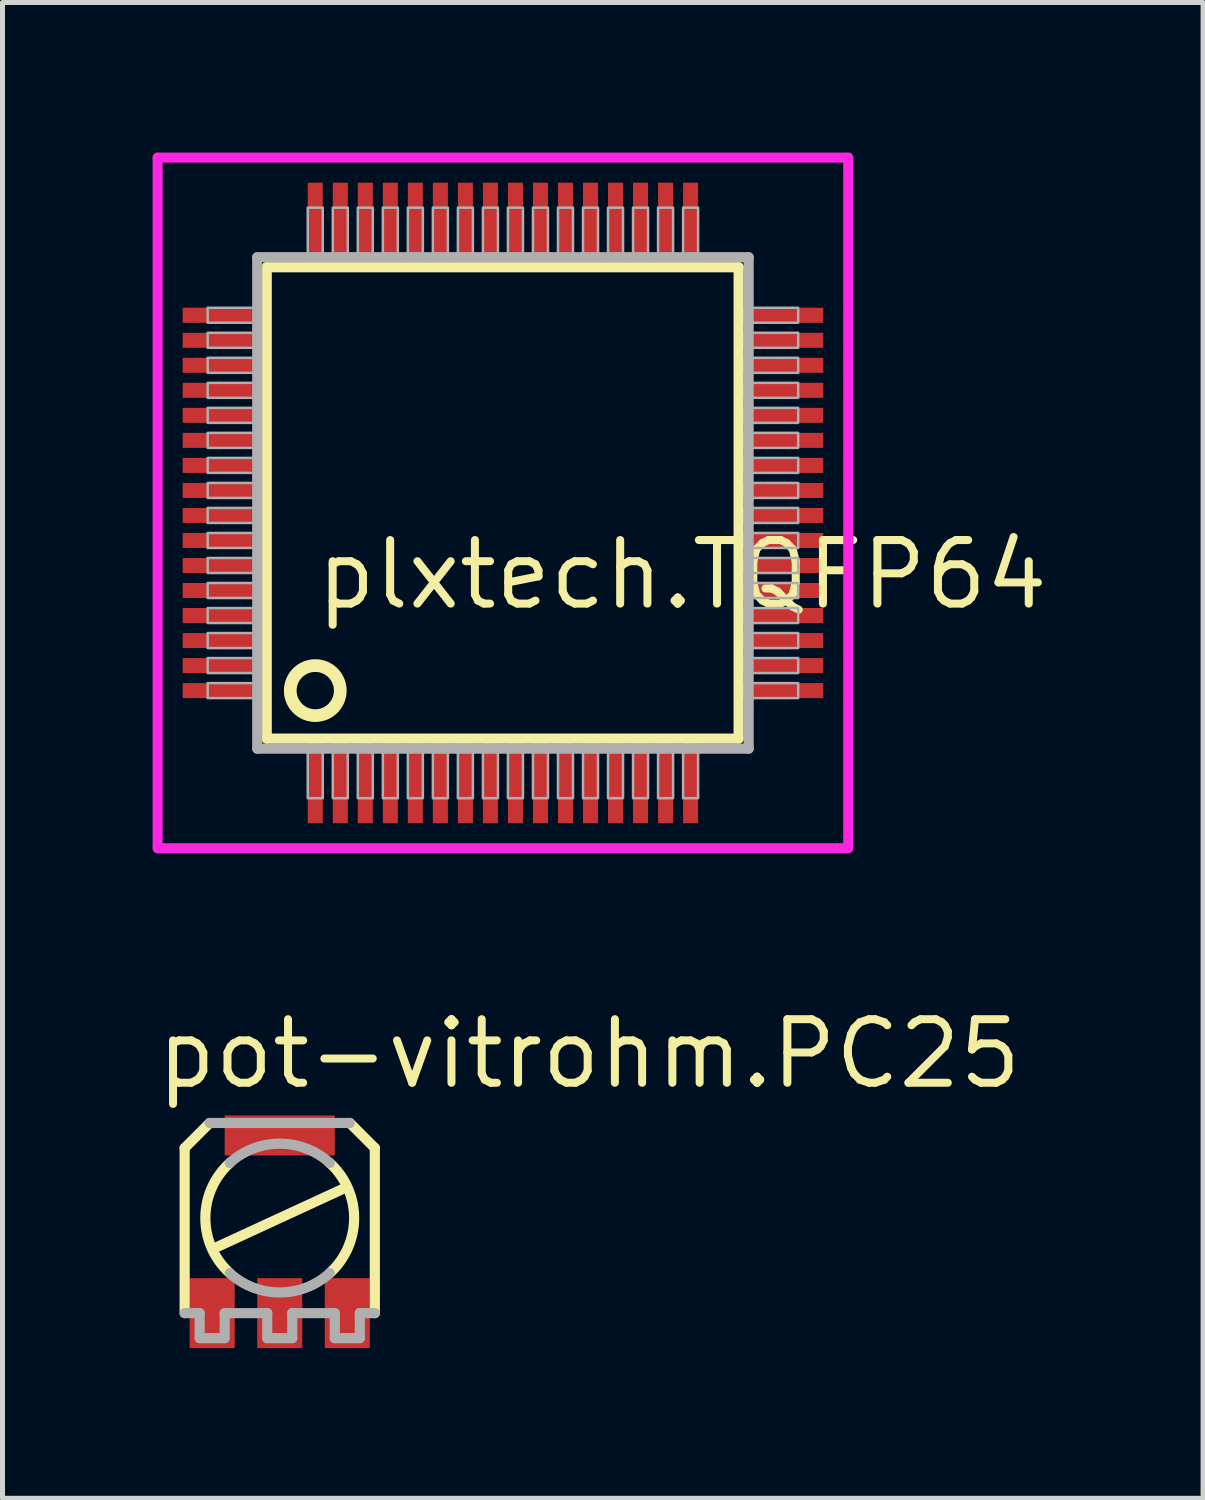
<source format=kicad_pcb>
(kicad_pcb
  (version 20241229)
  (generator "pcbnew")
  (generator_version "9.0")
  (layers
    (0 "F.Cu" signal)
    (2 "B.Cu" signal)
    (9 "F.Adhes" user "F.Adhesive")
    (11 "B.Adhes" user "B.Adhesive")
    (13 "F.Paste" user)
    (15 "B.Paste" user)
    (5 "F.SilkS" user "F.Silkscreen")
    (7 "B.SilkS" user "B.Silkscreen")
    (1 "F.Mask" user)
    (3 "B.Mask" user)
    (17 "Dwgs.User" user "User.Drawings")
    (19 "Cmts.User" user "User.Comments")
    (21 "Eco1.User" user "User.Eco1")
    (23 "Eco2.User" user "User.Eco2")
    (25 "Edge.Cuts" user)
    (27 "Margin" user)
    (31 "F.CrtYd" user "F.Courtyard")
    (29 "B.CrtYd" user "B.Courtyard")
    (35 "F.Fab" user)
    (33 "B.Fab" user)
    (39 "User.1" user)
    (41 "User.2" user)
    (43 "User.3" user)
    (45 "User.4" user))
  (footprint "pot-vitrohm.PC25"
    (layer "F.Cu")
    (at 2.54 21.29)
    (property "Reference" "pot-vitrohm.PC25" (at -2.54 -2.54 0) (layer "F.SilkS") (effects (font (size 1.27 1.27) (thickness 0.16)) (justify left bottom)))
    (attr smd)
    (fp_line (start -1.9 -1.4) (end -1.9 1.9) (stroke (width 0.203) (type default)) (layer "F.SilkS"))
    (fp_line (start -1.4 -1.9) (end -1.9 -1.4) (stroke (width 0.203) (type default)) (layer "F.SilkS"))
    (fp_line (start -1.3 0.6) (end 1.3 -0.6) (stroke (width 0.203) (type default)) (layer "F.SilkS"))
    (fp_line (start 1.4 -1.9) (end 1.9 -1.4) (stroke (width 0.203) (type default)) (layer "F.SilkS"))
    (fp_line (start 1.9 1.9) (end 1.9 -1.4) (stroke (width 0.203) (type default)) (layer "F.SilkS"))
    (fp_arc (start -1 1.1) (mid -1.486607 0) (end -1 -1.1) (stroke (width 0.2032) (type default)) (layer "F.SilkS"))
    (fp_arc (start 1 -1.1) (mid 1.486607 0) (end 1 1.1) (stroke (width 0.2032) (type default)) (layer "F.SilkS"))
    (fp_line (start -1.9 1.9) (end -1.6 1.9) (stroke (width 0.203) (type default)) (layer "F.Fab"))
    (fp_line (start -1.6 1.9) (end -1.6 2.4) (stroke (width 0.203) (type default)) (layer "F.Fab"))
    (fp_line (start -1.6 2.4) (end -1.1 2.4) (stroke (width 0.203) (type default)) (layer "F.Fab"))
    (fp_line (start -1.1 1.9) (end -1.1 2.4) (stroke (width 0.203) (type default)) (layer "F.Fab"))
    (fp_line (start -1.1 1.9) (end -0.25 1.9) (stroke (width 0.203) (type default)) (layer "F.Fab"))
    (fp_line (start -0.25 1.9) (end -0.25 2.4) (stroke (width 0.203) (type default)) (layer "F.Fab"))
    (fp_line (start -0.25 2.4) (end 0.25 2.4) (stroke (width 0.203) (type default)) (layer "F.Fab"))
    (fp_line (start 0.25 1.9) (end 0.25 2.4) (stroke (width 0.203) (type default)) (layer "F.Fab"))
    (fp_line (start 0.25 1.9) (end 1.1 1.9) (stroke (width 0.203) (type default)) (layer "F.Fab"))
    (fp_line (start 1.1 1.9) (end 1.1 2.4) (stroke (width 0.203) (type default)) (layer "F.Fab"))
    (fp_line (start 1.1 2.4) (end 1.6 2.4) (stroke (width 0.203) (type default)) (layer "F.Fab"))
    (fp_line (start 1.4 -1.9) (end -1.4 -1.9) (stroke (width 0.203) (type default)) (layer "F.Fab"))
    (fp_line (start 1.6 1.9) (end 1.6 2.4) (stroke (width 0.203) (type default)) (layer "F.Fab"))
    (fp_line (start 1.6 1.9) (end 1.9 1.9) (stroke (width 0.203) (type default)) (layer "F.Fab"))
    (fp_arc (start -1 -1.1) (mid 0 -1.486607) (end 1 -1.1) (stroke (width 0.2032) (type default)) (layer "F.Fab"))
    (fp_arc (start 1 1.1) (mid 0 1.486607) (end -1 1.1) (stroke (width 0.2032) (type default)) (layer "F.Fab"))
    (pad "4" smd roundrect (at 0 -1.65) (size 2.2 0.8) (layers "F.Cu" "F.Mask" "F.Paste") (roundrect_rratio 0.01))
    (pad "A" smd roundrect (at -1.35 1.9) (size 0.9 1.4) (layers "F.Cu" "F.Mask" "F.Paste") (roundrect_rratio 0.01))
    (pad "E" smd roundrect (at 1.35 1.9) (size 0.9 1.4) (layers "F.Cu" "F.Mask" "F.Paste") (roundrect_rratio 0.01))
    (pad "S" smd roundrect (at 0 1.9) (size 0.9 1.4) (layers "F.Cu" "F.Mask" "F.Paste") (roundrect_rratio 0.01)))
  (footprint "plxtech.TQFP64"
    (layer "F.Cu")
    (at 7 7)
    (property "Reference" "plxtech.TQFP64" (at -3.81 2.175 0) (layer "F.SilkS") (effects (font (size 1.27 1.27) (thickness 0.16)) (justify left bottom)))
    (attr smd)
    (fp_line (start -4.72 -4.71) (end 4.71 -4.71) (stroke (width 0.203) (type default)) (layer "F.SilkS"))
    (fp_line (start -4.72 4.71) (end -4.72 -4.71) (stroke (width 0.203) (type default)) (layer "F.SilkS"))
    (fp_line (start 4.71 -4.71) (end 4.71 4.71) (stroke (width 0.203) (type default)) (layer "F.SilkS"))
    (fp_line (start 4.71 4.71) (end -4.72 4.71) (stroke (width 0.203) (type default)) (layer "F.SilkS"))
    (fp_circle (center -3.75 3.75) (end -3.25 3.75) (stroke (width 0.254) (type default)) (fill no) (layer "F.SilkS"))
    (fp_line (start -6.9 -6.9) (end 6.9 -6.9) (stroke (width 0.2) (type default)) (layer "F.CrtYd"))
    (fp_line (start -6.9 6.9) (end -6.9 -6.9) (stroke (width 0.2) (type default)) (layer "F.CrtYd"))
    (fp_line (start 6.9 -6.9) (end 6.9 6.9) (stroke (width 0.2) (type default)) (layer "F.CrtYd"))
    (fp_line (start 6.9 6.9) (end -6.9 6.9) (stroke (width 0.2) (type default)) (layer "F.CrtYd"))
    (fp_line (start -4.91 -4.91) (end -4.91 4.91) (stroke (width 0.203) (type default)) (layer "F.Fab"))
    (fp_line (start -4.91 4.91) (end 4.91 4.91) (stroke (width 0.203) (type default)) (layer "F.Fab"))
    (fp_line (start 4.91 -4.91) (end -4.91 -4.91) (stroke (width 0.203) (type default)) (layer "F.Fab"))
    (fp_line (start 4.91 4.91) (end 4.91 -4.91) (stroke (width 0.203) (type default)) (layer "F.Fab"))
    (fp_rect (start -5.9 -3.6) (end -4.95 -3.9) (stroke (width 0.05) (type default)) (fill no) (layer "F.Fab"))
    (fp_rect (start -5.9 -3.1) (end -4.95 -3.4) (stroke (width 0.05) (type default)) (fill no) (layer "F.Fab"))
    (fp_rect (start -5.9 -2.6) (end -4.95 -2.9) (stroke (width 0.05) (type default)) (fill no) (layer "F.Fab"))
    (fp_rect (start -5.9 -2.1) (end -4.95 -2.4) (stroke (width 0.05) (type default)) (fill no) (layer "F.Fab"))
    (fp_rect (start -5.9 -1.6) (end -4.95 -1.9) (stroke (width 0.05) (type default)) (fill no) (layer "F.Fab"))
    (fp_rect (start -5.9 -1.1) (end -4.95 -1.4) (stroke (width 0.05) (type default)) (fill no) (layer "F.Fab"))
    (fp_rect (start -5.9 -0.6) (end -4.95 -0.9) (stroke (width 0.05) (type default)) (fill no) (layer "F.Fab"))
    (fp_rect (start -5.9 -0.1) (end -4.95 -0.4) (stroke (width 0.05) (type default)) (fill no) (layer "F.Fab"))
    (fp_rect (start -5.9 0.4) (end -4.95 0.1) (stroke (width 0.05) (type default)) (fill no) (layer "F.Fab"))
    (fp_rect (start -5.9 0.9) (end -4.95 0.6) (stroke (width 0.05) (type default)) (fill no) (layer "F.Fab"))
    (fp_rect (start -5.9 1.4) (end -4.95 1.1) (stroke (width 0.05) (type default)) (fill no) (layer "F.Fab"))
    (fp_rect (start -5.9 1.9) (end -4.95 1.6) (stroke (width 0.05) (type default)) (fill no) (layer "F.Fab"))
    (fp_rect (start -5.9 2.4) (end -4.95 2.1) (stroke (width 0.05) (type default)) (fill no) (layer "F.Fab"))
    (fp_rect (start -5.9 2.9) (end -4.95 2.6) (stroke (width 0.05) (type default)) (fill no) (layer "F.Fab"))
    (fp_rect (start -5.9 3.4) (end -4.95 3.1) (stroke (width 0.05) (type default)) (fill no) (layer "F.Fab"))
    (fp_rect (start -5.9 3.9) (end -4.95 3.6) (stroke (width 0.05) (type default)) (fill no) (layer "F.Fab"))
    (fp_rect (start -3.9 -4.95) (end -3.6 -5.9) (stroke (width 0.05) (type default)) (fill no) (layer "F.Fab"))
    (fp_rect (start -3.9 5.9) (end -3.6 4.95) (stroke (width 0.05) (type default)) (fill no) (layer "F.Fab"))
    (fp_rect (start -3.4 -4.95) (end -3.1 -5.9) (stroke (width 0.05) (type default)) (fill no) (layer "F.Fab"))
    (fp_rect (start -3.4 5.9) (end -3.1 4.95) (stroke (width 0.05) (type default)) (fill no) (layer "F.Fab"))
    (fp_rect (start -2.9 -4.95) (end -2.6 -5.9) (stroke (width 0.05) (type default)) (fill no) (layer "F.Fab"))
    (fp_rect (start -2.9 5.9) (end -2.6 4.95) (stroke (width 0.05) (type default)) (fill no) (layer "F.Fab"))
    (fp_rect (start -2.4 -4.95) (end -2.1 -5.9) (stroke (width 0.05) (type default)) (fill no) (layer "F.Fab"))
    (fp_rect (start -2.4 5.9) (end -2.1 4.95) (stroke (width 0.05) (type default)) (fill no) (layer "F.Fab"))
    (fp_rect (start -1.9 -4.95) (end -1.6 -5.9) (stroke (width 0.05) (type default)) (fill no) (layer "F.Fab"))
    (fp_rect (start -1.9 5.9) (end -1.6 4.95) (stroke (width 0.05) (type default)) (fill no) (layer "F.Fab"))
    (fp_rect (start -1.4 -4.95) (end -1.1 -5.9) (stroke (width 0.05) (type default)) (fill no) (layer "F.Fab"))
    (fp_rect (start -1.4 5.9) (end -1.1 4.95) (stroke (width 0.05) (type default)) (fill no) (layer "F.Fab"))
    (fp_rect (start -0.9 -4.95) (end -0.6 -5.9) (stroke (width 0.05) (type default)) (fill no) (layer "F.Fab"))
    (fp_rect (start -0.9 5.9) (end -0.6 4.95) (stroke (width 0.05) (type default)) (fill no) (layer "F.Fab"))
    (fp_rect (start -0.4 -4.95) (end -0.1 -5.9) (stroke (width 0.05) (type default)) (fill no) (layer "F.Fab"))
    (fp_rect (start -0.4 5.9) (end -0.1 4.95) (stroke (width 0.05) (type default)) (fill no) (layer "F.Fab"))
    (fp_rect (start 0.1 -4.95) (end 0.4 -5.9) (stroke (width 0.05) (type default)) (fill no) (layer "F.Fab"))
    (fp_rect (start 0.1 5.9) (end 0.4 4.95) (stroke (width 0.05) (type default)) (fill no) (layer "F.Fab"))
    (fp_rect (start 0.6 -4.95) (end 0.9 -5.9) (stroke (width 0.05) (type default)) (fill no) (layer "F.Fab"))
    (fp_rect (start 0.6 5.9) (end 0.9 4.95) (stroke (width 0.05) (type default)) (fill no) (layer "F.Fab"))
    (fp_rect (start 1.1 -4.95) (end 1.4 -5.9) (stroke (width 0.05) (type default)) (fill no) (layer "F.Fab"))
    (fp_rect (start 1.1 5.9) (end 1.4 4.95) (stroke (width 0.05) (type default)) (fill no) (layer "F.Fab"))
    (fp_rect (start 1.6 -4.95) (end 1.9 -5.9) (stroke (width 0.05) (type default)) (fill no) (layer "F.Fab"))
    (fp_rect (start 1.6 5.9) (end 1.9 4.95) (stroke (width 0.05) (type default)) (fill no) (layer "F.Fab"))
    (fp_rect (start 2.1 -4.95) (end 2.4 -5.9) (stroke (width 0.05) (type default)) (fill no) (layer "F.Fab"))
    (fp_rect (start 2.1 5.9) (end 2.4 4.95) (stroke (width 0.05) (type default)) (fill no) (layer "F.Fab"))
    (fp_rect (start 2.6 -4.95) (end 2.9 -5.9) (stroke (width 0.05) (type default)) (fill no) (layer "F.Fab"))
    (fp_rect (start 2.6 5.9) (end 2.9 4.95) (stroke (width 0.05) (type default)) (fill no) (layer "F.Fab"))
    (fp_rect (start 3.1 -4.95) (end 3.4 -5.9) (stroke (width 0.05) (type default)) (fill no) (layer "F.Fab"))
    (fp_rect (start 3.1 5.9) (end 3.4 4.95) (stroke (width 0.05) (type default)) (fill no) (layer "F.Fab"))
    (fp_rect (start 3.6 -4.95) (end 3.9 -5.9) (stroke (width 0.05) (type default)) (fill no) (layer "F.Fab"))
    (fp_rect (start 3.6 5.9) (end 3.9 4.95) (stroke (width 0.05) (type default)) (fill no) (layer "F.Fab"))
    (fp_rect (start 4.95 -3.6) (end 5.9 -3.9) (stroke (width 0.05) (type default)) (fill no) (layer "F.Fab"))
    (fp_rect (start 4.95 -3.1) (end 5.9 -3.4) (stroke (width 0.05) (type default)) (fill no) (layer "F.Fab"))
    (fp_rect (start 4.95 -2.6) (end 5.9 -2.9) (stroke (width 0.05) (type default)) (fill no) (layer "F.Fab"))
    (fp_rect (start 4.95 -2.1) (end 5.9 -2.4) (stroke (width 0.05) (type default)) (fill no) (layer "F.Fab"))
    (fp_rect (start 4.95 -1.6) (end 5.9 -1.9) (stroke (width 0.05) (type default)) (fill no) (layer "F.Fab"))
    (fp_rect (start 4.95 -1.1) (end 5.9 -1.4) (stroke (width 0.05) (type default)) (fill no) (layer "F.Fab"))
    (fp_rect (start 4.95 -0.6) (end 5.9 -0.9) (stroke (width 0.05) (type default)) (fill no) (layer "F.Fab"))
    (fp_rect (start 4.95 -0.1) (end 5.9 -0.4) (stroke (width 0.05) (type default)) (fill no) (layer "F.Fab"))
    (fp_rect (start 4.95 0.4) (end 5.9 0.1) (stroke (width 0.05) (type default)) (fill no) (layer "F.Fab"))
    (fp_rect (start 4.95 0.9) (end 5.9 0.6) (stroke (width 0.05) (type default)) (fill no) (layer "F.Fab"))
    (fp_rect (start 4.95 1.4) (end 5.9 1.1) (stroke (width 0.05) (type default)) (fill no) (layer "F.Fab"))
    (fp_rect (start 4.95 1.9) (end 5.9 1.6) (stroke (width 0.05) (type default)) (fill no) (layer "F.Fab"))
    (fp_rect (start 4.95 2.4) (end 5.9 2.1) (stroke (width 0.05) (type default)) (fill no) (layer "F.Fab"))
    (fp_rect (start 4.95 2.9) (end 5.9 2.6) (stroke (width 0.05) (type default)) (fill no) (layer "F.Fab"))
    (fp_rect (start 4.95 3.4) (end 5.9 3.1) (stroke (width 0.05) (type default)) (fill no) (layer "F.Fab"))
    (fp_rect (start 4.95 3.9) (end 5.9 3.6) (stroke (width 0.05) (type default)) (fill no) (layer "F.Fab"))
    (pad "1" smd roundrect (at -3.75 5.6) (size 0.3 1.6) (layers "F.Cu" "F.Mask" "F.Paste") (roundrect_rratio 0.01))
    (pad "2" smd roundrect (at -3.25 5.6) (size 0.3 1.6) (layers "F.Cu" "F.Mask" "F.Paste") (roundrect_rratio 0.01))
    (pad "3" smd roundrect (at -2.75 5.6) (size 0.3 1.6) (layers "F.Cu" "F.Mask" "F.Paste") (roundrect_rratio 0.01))
    (pad "4" smd roundrect (at -2.25 5.6) (size 0.3 1.6) (layers "F.Cu" "F.Mask" "F.Paste") (roundrect_rratio 0.01))
    (pad "5" smd roundrect (at -1.75 5.6) (size 0.3 1.6) (layers "F.Cu" "F.Mask" "F.Paste") (roundrect_rratio 0.01))
    (pad "6" smd roundrect (at -1.25 5.6) (size 0.3 1.6) (layers "F.Cu" "F.Mask" "F.Paste") (roundrect_rratio 0.01))
    (pad "7" smd roundrect (at -0.75 5.6) (size 0.3 1.6) (layers "F.Cu" "F.Mask" "F.Paste") (roundrect_rratio 0.01))
    (pad "8" smd roundrect (at -0.25 5.6) (size 0.3 1.6) (layers "F.Cu" "F.Mask" "F.Paste") (roundrect_rratio 0.01))
    (pad "9" smd roundrect (at 0.25 5.6) (size 0.3 1.6) (layers "F.Cu" "F.Mask" "F.Paste") (roundrect_rratio 0.01))
    (pad "10" smd roundrect (at 0.75 5.6) (size 0.3 1.6) (layers "F.Cu" "F.Mask" "F.Paste") (roundrect_rratio 0.01))
    (pad "11" smd roundrect (at 1.25 5.6) (size 0.3 1.6) (layers "F.Cu" "F.Mask" "F.Paste") (roundrect_rratio 0.01))
    (pad "12" smd roundrect (at 1.75 5.6) (size 0.3 1.6) (layers "F.Cu" "F.Mask" "F.Paste") (roundrect_rratio 0.01))
    (pad "13" smd roundrect (at 2.25 5.6) (size 0.3 1.6) (layers "F.Cu" "F.Mask" "F.Paste") (roundrect_rratio 0.01))
    (pad "14" smd roundrect (at 2.75 5.6) (size 0.3 1.6) (layers "F.Cu" "F.Mask" "F.Paste") (roundrect_rratio 0.01))
    (pad "15" smd roundrect (at 3.25 5.6) (size 0.3 1.6) (layers "F.Cu" "F.Mask" "F.Paste") (roundrect_rratio 0.01))
    (pad "16" smd roundrect (at 3.75 5.6) (size 0.3 1.6) (layers "F.Cu" "F.Mask" "F.Paste") (roundrect_rratio 0.01))
    (pad "17" smd roundrect (at 5.6 3.75) (size 1.6 0.3) (layers "F.Cu" "F.Mask" "F.Paste") (roundrect_rratio 0.01))
    (pad "18" smd roundrect (at 5.6 3.25) (size 1.6 0.3) (layers "F.Cu" "F.Mask" "F.Paste") (roundrect_rratio 0.01))
    (pad "19" smd roundrect (at 5.6 2.75) (size 1.6 0.3) (layers "F.Cu" "F.Mask" "F.Paste") (roundrect_rratio 0.01))
    (pad "20" smd roundrect (at 5.6 2.25) (size 1.6 0.3) (layers "F.Cu" "F.Mask" "F.Paste") (roundrect_rratio 0.01))
    (pad "21" smd roundrect (at 5.6 1.75) (size 1.6 0.3) (layers "F.Cu" "F.Mask" "F.Paste") (roundrect_rratio 0.01))
    (pad "22" smd roundrect (at 5.6 1.25) (size 1.6 0.3) (layers "F.Cu" "F.Mask" "F.Paste") (roundrect_rratio 0.01))
    (pad "23" smd roundrect (at 5.6 0.75) (size 1.6 0.3) (layers "F.Cu" "F.Mask" "F.Paste") (roundrect_rratio 0.01))
    (pad "24" smd roundrect (at 5.6 0.25) (size 1.6 0.3) (layers "F.Cu" "F.Mask" "F.Paste") (roundrect_rratio 0.01))
    (pad "25" smd roundrect (at 5.6 -0.25) (size 1.6 0.3) (layers "F.Cu" "F.Mask" "F.Paste") (roundrect_rratio 0.01))
    (pad "26" smd roundrect (at 5.6 -0.75) (size 1.6 0.3) (layers "F.Cu" "F.Mask" "F.Paste") (roundrect_rratio 0.01))
    (pad "27" smd roundrect (at 5.6 -1.25) (size 1.6 0.3) (layers "F.Cu" "F.Mask" "F.Paste") (roundrect_rratio 0.01))
    (pad "28" smd roundrect (at 5.6 -1.75) (size 1.6 0.3) (layers "F.Cu" "F.Mask" "F.Paste") (roundrect_rratio 0.01))
    (pad "29" smd roundrect (at 5.6 -2.25) (size 1.6 0.3) (layers "F.Cu" "F.Mask" "F.Paste") (roundrect_rratio 0.01))
    (pad "30" smd roundrect (at 5.6 -2.75) (size 1.6 0.3) (layers "F.Cu" "F.Mask" "F.Paste") (roundrect_rratio 0.01))
    (pad "31" smd roundrect (at 5.6 -3.25) (size 1.6 0.3) (layers "F.Cu" "F.Mask" "F.Paste") (roundrect_rratio 0.01))
    (pad "32" smd roundrect (at 5.6 -3.75) (size 1.6 0.3) (layers "F.Cu" "F.Mask" "F.Paste") (roundrect_rratio 0.01))
    (pad "33" smd roundrect (at 3.75 -5.6) (size 0.3 1.6) (layers "F.Cu" "F.Mask" "F.Paste") (roundrect_rratio 0.01))
    (pad "34" smd roundrect (at 3.25 -5.6) (size 0.3 1.6) (layers "F.Cu" "F.Mask" "F.Paste") (roundrect_rratio 0.01))
    (pad "35" smd roundrect (at 2.75 -5.6) (size 0.3 1.6) (layers "F.Cu" "F.Mask" "F.Paste") (roundrect_rratio 0.01))
    (pad "36" smd roundrect (at 2.25 -5.6) (size 0.3 1.6) (layers "F.Cu" "F.Mask" "F.Paste") (roundrect_rratio 0.01))
    (pad "37" smd roundrect (at 1.75 -5.6) (size 0.3 1.6) (layers "F.Cu" "F.Mask" "F.Paste") (roundrect_rratio 0.01))
    (pad "38" smd roundrect (at 1.25 -5.6) (size 0.3 1.6) (layers "F.Cu" "F.Mask" "F.Paste") (roundrect_rratio 0.01))
    (pad "39" smd roundrect (at 0.75 -5.6) (size 0.3 1.6) (layers "F.Cu" "F.Mask" "F.Paste") (roundrect_rratio 0.01))
    (pad "40" smd roundrect (at 0.25 -5.6) (size 0.3 1.6) (layers "F.Cu" "F.Mask" "F.Paste") (roundrect_rratio 0.01))
    (pad "41" smd roundrect (at -0.25 -5.6) (size 0.3 1.6) (layers "F.Cu" "F.Mask" "F.Paste") (roundrect_rratio 0.01))
    (pad "42" smd roundrect (at -0.75 -5.6) (size 0.3 1.6) (layers "F.Cu" "F.Mask" "F.Paste") (roundrect_rratio 0.01))
    (pad "43" smd roundrect (at -1.25 -5.6) (size 0.3 1.6) (layers "F.Cu" "F.Mask" "F.Paste") (roundrect_rratio 0.01))
    (pad "44" smd roundrect (at -1.75 -5.6) (size 0.3 1.6) (layers "F.Cu" "F.Mask" "F.Paste") (roundrect_rratio 0.01))
    (pad "45" smd roundrect (at -2.25 -5.6) (size 0.3 1.6) (layers "F.Cu" "F.Mask" "F.Paste") (roundrect_rratio 0.01))
    (pad "46" smd roundrect (at -2.75 -5.6) (size 0.3 1.6) (layers "F.Cu" "F.Mask" "F.Paste") (roundrect_rratio 0.01))
    (pad "47" smd roundrect (at -3.25 -5.6) (size 0.3 1.6) (layers "F.Cu" "F.Mask" "F.Paste") (roundrect_rratio 0.01))
    (pad "48" smd roundrect (at -3.75 -5.6) (size 0.3 1.6) (layers "F.Cu" "F.Mask" "F.Paste") (roundrect_rratio 0.01))
    (pad "49" smd roundrect (at -5.6 -3.75) (size 1.6 0.3) (layers "F.Cu" "F.Mask" "F.Paste") (roundrect_rratio 0.01))
    (pad "50" smd roundrect (at -5.6 -3.25) (size 1.6 0.3) (layers "F.Cu" "F.Mask" "F.Paste") (roundrect_rratio 0.01))
    (pad "51" smd roundrect (at -5.6 -2.75) (size 1.6 0.3) (layers "F.Cu" "F.Mask" "F.Paste") (roundrect_rratio 0.01))
    (pad "52" smd roundrect (at -5.6 -2.25) (size 1.6 0.3) (layers "F.Cu" "F.Mask" "F.Paste") (roundrect_rratio 0.01))
    (pad "53" smd roundrect (at -5.6 -1.75) (size 1.6 0.3) (layers "F.Cu" "F.Mask" "F.Paste") (roundrect_rratio 0.01))
    (pad "54" smd roundrect (at -5.6 -1.25) (size 1.6 0.3) (layers "F.Cu" "F.Mask" "F.Paste") (roundrect_rratio 0.01))
    (pad "55" smd roundrect (at -5.6 -0.75) (size 1.6 0.3) (layers "F.Cu" "F.Mask" "F.Paste") (roundrect_rratio 0.01))
    (pad "56" smd roundrect (at -5.6 -0.25) (size 1.6 0.3) (layers "F.Cu" "F.Mask" "F.Paste") (roundrect_rratio 0.01))
    (pad "57" smd roundrect (at -5.6 0.25) (size 1.6 0.3) (layers "F.Cu" "F.Mask" "F.Paste") (roundrect_rratio 0.01))
    (pad "58" smd roundrect (at -5.6 0.75) (size 1.6 0.3) (layers "F.Cu" "F.Mask" "F.Paste") (roundrect_rratio 0.01))
    (pad "59" smd roundrect (at -5.6 1.25) (size 1.6 0.3) (layers "F.Cu" "F.Mask" "F.Paste") (roundrect_rratio 0.01))
    (pad "60" smd roundrect (at -5.6 1.75) (size 1.6 0.3) (layers "F.Cu" "F.Mask" "F.Paste") (roundrect_rratio 0.01))
    (pad "61" smd roundrect (at -5.6 2.25) (size 1.6 0.3) (layers "F.Cu" "F.Mask" "F.Paste") (roundrect_rratio 0.01))
    (pad "62" smd roundrect (at -5.6 2.75) (size 1.6 0.3) (layers "F.Cu" "F.Mask" "F.Paste") (roundrect_rratio 0.01))
    (pad "63" smd roundrect (at -5.6 3.25) (size 1.6 0.3) (layers "F.Cu" "F.Mask" "F.Paste") (roundrect_rratio 0.01))
    (pad "64" smd roundrect (at -5.6 3.75) (size 1.6 0.3) (layers "F.Cu" "F.Mask" "F.Paste") (roundrect_rratio 0.01)))
  (gr_rect
    (start -3 -3)
    (end 20.991 26.89)
    (stroke (width 0.1) (type default))
    (fill no)
    (layer "Edge.Cuts")))
</source>
